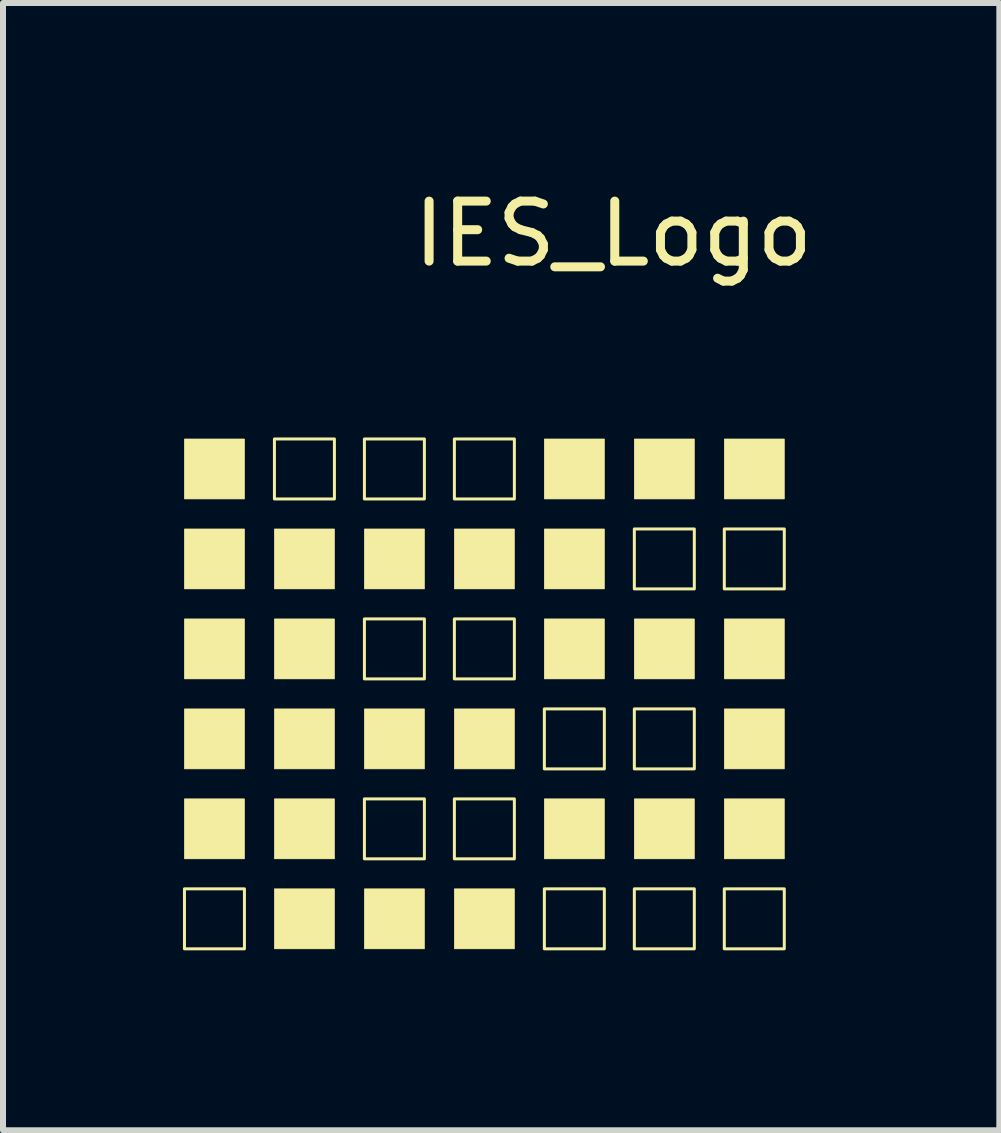
<source format=kicad_pcb>
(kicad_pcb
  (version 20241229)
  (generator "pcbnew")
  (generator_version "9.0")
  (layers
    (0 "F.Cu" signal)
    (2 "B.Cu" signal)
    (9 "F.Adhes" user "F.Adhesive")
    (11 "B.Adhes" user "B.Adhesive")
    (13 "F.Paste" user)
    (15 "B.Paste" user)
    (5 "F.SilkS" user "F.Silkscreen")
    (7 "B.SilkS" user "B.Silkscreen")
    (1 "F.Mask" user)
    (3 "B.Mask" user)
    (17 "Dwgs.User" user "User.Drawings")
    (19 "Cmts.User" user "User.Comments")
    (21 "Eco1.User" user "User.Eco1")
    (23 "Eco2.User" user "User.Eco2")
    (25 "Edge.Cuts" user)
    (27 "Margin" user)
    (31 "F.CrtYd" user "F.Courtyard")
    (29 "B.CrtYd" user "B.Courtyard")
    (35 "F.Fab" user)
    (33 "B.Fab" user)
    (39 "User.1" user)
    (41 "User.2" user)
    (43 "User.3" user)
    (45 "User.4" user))
  (footprint "IES_Logo"
    (layer "F.Cu")
    (at 3.025 2.268)
    (property "Reference" "IES_Logo" (at 4.15 -1.42 0) (unlocked yes) (layer "F.SilkS") (effects (font (size 1 1) (thickness 0.15))))
    (attr smd)
    (fp_rect (start -3 2) (end -2 3) (stroke (width 0.01) (type solid)) (fill yes) (layer "F.SilkS"))
    (fp_rect (start -3 3.5) (end -2 4.5) (stroke (width 0.01) (type solid)) (fill yes) (layer "F.SilkS"))
    (fp_rect (start -3 5) (end -2 6) (stroke (width 0.01) (type solid)) (fill yes) (layer "F.SilkS"))
    (fp_rect (start -3 6.5) (end -2 7.5) (stroke (width 0.01) (type solid)) (fill yes) (layer "F.SilkS"))
    (fp_rect (start -3 9) (end -2 8) (stroke (width 0.01) (type solid)) (fill yes) (layer "F.SilkS"))
    (fp_rect (start -3 9.5) (end -2 10.5) (stroke (width 0.05) (type solid)) (fill no) (layer "F.SilkS"))
    (fp_rect (start -1.5 2) (end -0.5 3) (stroke (width 0.05) (type solid)) (fill no) (layer "F.SilkS"))
    (fp_rect (start -1.5 4.5) (end -0.5 3.5) (stroke (width 0.01) (type solid)) (fill yes) (layer "F.SilkS"))
    (fp_rect (start -1.5 5) (end -0.5 6) (stroke (width 0.01) (type solid)) (fill yes) (layer "F.SilkS"))
    (fp_rect (start -1.5 6.5) (end -0.5 7.5) (stroke (width 0.01) (type solid)) (fill yes) (layer "F.SilkS"))
    (fp_rect (start -1.5 9) (end -0.5 8) (stroke (width 0.01) (type solid)) (fill yes) (layer "F.SilkS"))
    (fp_rect (start -1.5 10.5) (end -0.5 9.5) (stroke (width 0.01) (type solid)) (fill yes) (layer "F.SilkS"))
    (fp_rect (start 0 2) (end 1 3) (stroke (width 0.05) (type solid)) (fill no) (layer "F.SilkS"))
    (fp_rect (start 0 4.5) (end 1 3.5) (stroke (width 0.01) (type solid)) (fill yes) (layer "F.SilkS"))
    (fp_rect (start 0 5) (end 1 6) (stroke (width 0.05) (type solid)) (fill no) (layer "F.SilkS"))
    (fp_rect (start 0 7.5) (end 1 6.5) (stroke (width 0.01) (type solid)) (fill yes) (layer "F.SilkS"))
    (fp_rect (start 0 8) (end 1 9) (stroke (width 0.05) (type solid)) (fill no) (layer "F.SilkS"))
    (fp_rect (start 0 10.5) (end 1 9.5) (stroke (width 0.01) (type solid)) (fill yes) (layer "F.SilkS"))
    (fp_rect (start 1.5 2) (end 2.5 3) (stroke (width 0.05) (type solid)) (fill no) (layer "F.SilkS"))
    (fp_rect (start 1.5 4.5) (end 2.5 3.5) (stroke (width 0.01) (type solid)) (fill yes) (layer "F.SilkS"))
    (fp_rect (start 1.5 5) (end 2.5 6) (stroke (width 0.05) (type solid)) (fill no) (layer "F.SilkS"))
    (fp_rect (start 1.5 7.5) (end 2.5 6.5) (stroke (width 0.01) (type solid)) (fill yes) (layer "F.SilkS"))
    (fp_rect (start 1.5 8) (end 2.5 9) (stroke (width 0.05) (type solid)) (fill no) (layer "F.SilkS"))
    (fp_rect (start 1.5 10.5) (end 2.5 9.5) (stroke (width 0.01) (type solid)) (fill yes) (layer "F.SilkS"))
    (fp_rect (start 3 2) (end 4 3) (stroke (width 0.01) (type solid)) (fill yes) (layer "F.SilkS"))
    (fp_rect (start 3 3.5) (end 4 4.5) (stroke (width 0.01) (type solid)) (fill yes) (layer "F.SilkS"))
    (fp_rect (start 3 6) (end 4 5) (stroke (width 0.01) (type solid)) (fill yes) (layer "F.SilkS"))
    (fp_rect (start 3 6.5) (end 4 7.5) (stroke (width 0.05) (type solid)) (fill no) (layer "F.SilkS"))
    (fp_rect (start 3 9) (end 4 8) (stroke (width 0.01) (type solid)) (fill yes) (layer "F.SilkS"))
    (fp_rect (start 3 9.5) (end 4 10.5) (stroke (width 0.05) (type solid)) (fill no) (layer "F.SilkS"))
    (fp_rect (start 4.5 3) (end 5.5 2) (stroke (width 0.01) (type solid)) (fill yes) (layer "F.SilkS"))
    (fp_rect (start 4.5 3.5) (end 5.5 4.5) (stroke (width 0.05) (type solid)) (fill no) (layer "F.SilkS"))
    (fp_rect (start 4.5 6) (end 5.5 5) (stroke (width 0.01) (type solid)) (fill yes) (layer "F.SilkS"))
    (fp_rect (start 4.5 6.5) (end 5.5 7.5) (stroke (width 0.05) (type solid)) (fill no) (layer "F.SilkS"))
    (fp_rect (start 4.5 9) (end 5.5 8) (stroke (width 0.01) (type solid)) (fill yes) (layer "F.SilkS"))
    (fp_rect (start 4.5 9.5) (end 5.5 10.5) (stroke (width 0.05) (type solid)) (fill no) (layer "F.SilkS"))
    (fp_rect (start 6 3) (end 7 2) (stroke (width 0.01) (type solid)) (fill yes) (layer "F.SilkS"))
    (fp_rect (start 6 3.5) (end 7 4.5) (stroke (width 0.05) (type solid)) (fill no) (layer "F.SilkS"))
    (fp_rect (start 6 5) (end 7 6) (stroke (width 0.01) (type solid)) (fill yes) (layer "F.SilkS"))
    (fp_rect (start 6 6.5) (end 7 7.5) (stroke (width 0.01) (type solid)) (fill yes) (layer "F.SilkS"))
    (fp_rect (start 6 9) (end 7 8) (stroke (width 0.01) (type solid)) (fill yes) (layer "F.SilkS"))
    (fp_rect (start 6 9.5) (end 7 10.5) (stroke (width 0.05) (type solid)) (fill no) (layer "F.SilkS"))
    (pad "1" smd rect (at -2.5 2.5) (size 1 1) (layers "F.Cu" "F.Mask" "F.Paste"))
    (pad "5" smd rect (at 3.5 2.5) (size 1 1) (layers "F.Cu" "F.Mask" "F.Paste"))
    (pad "6" smd rect (at 5 2.5) (size 1 1) (layers "F.Cu" "F.Mask" "F.Paste"))
    (pad "7" smd rect (at 6.5 2.5) (size 1 1) (layers "F.Cu" "F.Mask" "F.Paste"))
    (pad "8" smd rect (at -2.5 4) (size 1 1) (layers "F.Cu" "F.Mask" "F.Paste"))
    (pad "9" smd rect (at -1 4) (size 1 1) (layers "F.Cu" "F.Mask" "F.Paste"))
    (pad "10" smd rect (at 0.5 4) (size 1 1) (layers "F.Cu" "F.Mask" "F.Paste"))
    (pad "11" smd rect (at 2 4) (size 1 1) (layers "F.Cu" "F.Mask" "F.Paste"))
    (pad "12" smd rect (at 3.5 4) (size 1 1) (layers "F.Cu" "F.Mask" "F.Paste"))
    (pad "15" smd rect (at -2.5 5.5) (size 1 1) (layers "F.Cu" "F.Mask" "F.Paste"))
    (pad "16" smd rect (at -1 5.5) (size 1 1) (layers "F.Cu" "F.Mask" "F.Paste"))
    (pad "19" smd rect (at 3.5 5.5) (size 1 1) (layers "F.Cu" "F.Mask" "F.Paste"))
    (pad "20" smd rect (at 5 5.5) (size 1 1) (layers "F.Cu" "F.Mask" "F.Paste"))
    (pad "21" smd rect (at 6.5 5.5) (size 1 1) (layers "F.Cu" "F.Mask" "F.Paste"))
    (pad "22" smd rect (at -2.5 7) (size 1 1) (layers "F.Cu" "F.Mask" "F.Paste"))
    (pad "23" smd rect (at -1 7) (size 1 1) (layers "F.Cu" "F.Mask" "F.Paste"))
    (pad "24" smd rect (at 0.5 7) (size 1 1) (layers "F.Cu" "F.Mask" "F.Paste"))
    (pad "25" smd rect (at 2 7) (size 1 1) (layers "F.Cu" "F.Mask" "F.Paste"))
    (pad "28" smd rect (at 6.5 7) (size 1 1) (layers "F.Cu" "F.Mask" "F.Paste"))
    (pad "29" smd rect (at -2.5 8.5) (size 1 1) (layers "F.Cu" "F.Mask" "F.Paste"))
    (pad "30" smd rect (at -1 8.5) (size 1 1) (layers "F.Cu" "F.Mask" "F.Paste"))
    (pad "33" smd rect (at 3.5 8.5) (size 1 1) (layers "F.Cu" "F.Mask" "F.Paste"))
    (pad "34" smd rect (at 5 8.5) (size 1 1) (layers "F.Cu" "F.Mask" "F.Paste"))
    (pad "35" smd rect (at 6.5 8.5) (size 1 1) (layers "F.Cu" "F.Mask" "F.Paste"))
    (pad "37" smd rect (at -1 10) (size 1 1) (layers "F.Cu" "F.Mask" "F.Paste"))
    (pad "38" smd rect (at 0.5 10) (size 1 1) (layers "F.Cu" "F.Mask" "F.Paste"))
    (pad "39" smd rect (at 2 10) (size 1 1) (layers "F.Cu" "F.Mask" "F.Paste")))
  (gr_rect
    (start -3 -3)
    (end 13.61 15.793)
    (stroke (width 0.1) (type default))
    (fill no)
    (layer "Edge.Cuts")))
</source>
